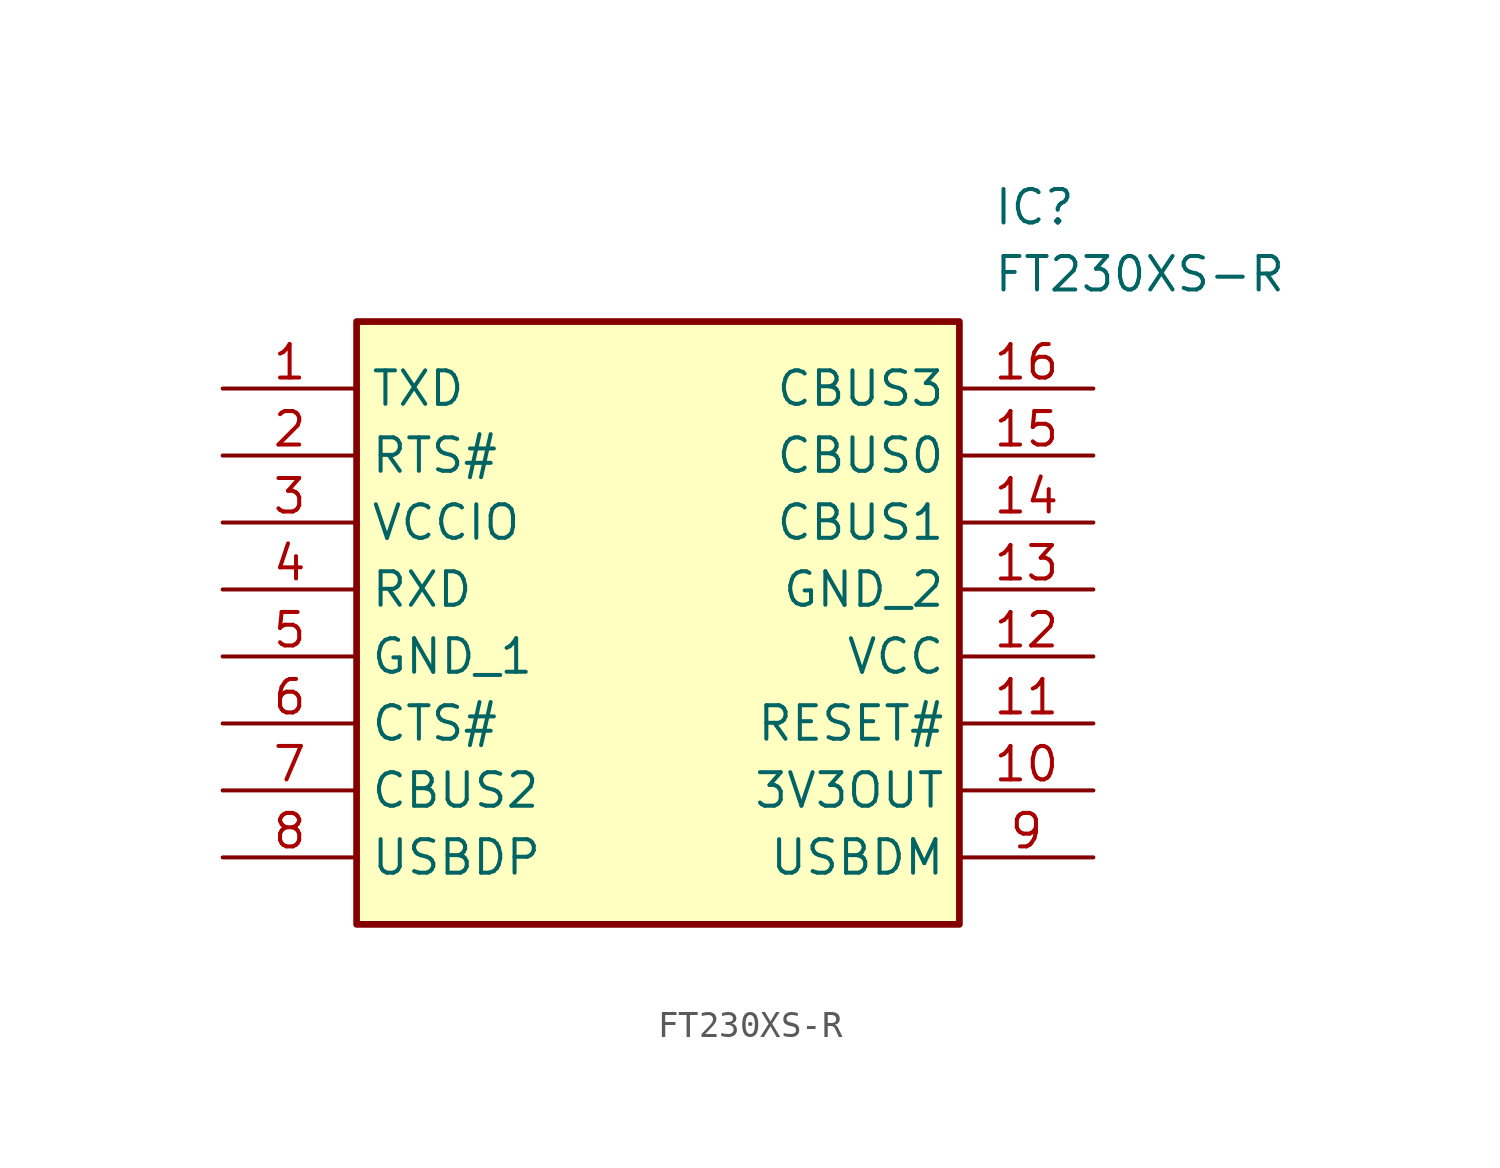
<source format=kicad_sym>
(kicad_symbol_lib
  (version 20211014)
  (generator SamacSys_ECAD_Model)
  (symbol "FT230XS-R"
    (property "Reference" "IC"
      (at 29.21 7.62 0)
      (effects (font (size 1.27 1.27)) (justify left top)))
    (property "Value" "FT230XS-R"
      (at 29.21 5.08 0)
      (effects (font (size 1.27 1.27)) (justify left top)))
    (rectangle
      (start 5.08 2.54)
      (end 27.94 -20.32)
      (stroke (width 0.254) (type default))
      (fill (type background)))
    (pin passive line
      (at 0 0 0)
      (length 5.08)
      (name "TXD" (effects (font (size 1.27 1.27))))
      (number "1" (effects (font (size 1.27 1.27)))))
    (pin passive line
      (at 0 -2.54 0)
      (length 5.08)
      (name "RTS#" (effects (font (size 1.27 1.27))))
      (number "2" (effects (font (size 1.27 1.27)))))
    (pin passive line
      (at 0 -5.08 0)
      (length 5.08)
      (name "VCCIO" (effects (font (size 1.27 1.27))))
      (number "3" (effects (font (size 1.27 1.27)))))
    (pin passive line
      (at 0 -7.62 0)
      (length 5.08)
      (name "RXD" (effects (font (size 1.27 1.27))))
      (number "4" (effects (font (size 1.27 1.27)))))
    (pin passive line
      (at 0 -10.16 0)
      (length 5.08)
      (name "GND_1" (effects (font (size 1.27 1.27))))
      (number "5" (effects (font (size 1.27 1.27)))))
    (pin passive line
      (at 0 -12.7 0)
      (length 5.08)
      (name "CTS#" (effects (font (size 1.27 1.27))))
      (number "6" (effects (font (size 1.27 1.27)))))
    (pin passive line
      (at 0 -15.24 0)
      (length 5.08)
      (name "CBUS2" (effects (font (size 1.27 1.27))))
      (number "7" (effects (font (size 1.27 1.27)))))
    (pin passive line
      (at 0 -17.78 0)
      (length 5.08)
      (name "USBDP" (effects (font (size 1.27 1.27))))
      (number "8" (effects (font (size 1.27 1.27)))))
    (pin passive line
      (at 33.02 0 180)
      (length 5.08)
      (name "CBUS3" (effects (font (size 1.27 1.27))))
      (number "16" (effects (font (size 1.27 1.27)))))
    (pin passive line
      (at 33.02 -2.54 180)
      (length 5.08)
      (name "CBUS0" (effects (font (size 1.27 1.27))))
      (number "15" (effects (font (size 1.27 1.27)))))
    (pin passive line
      (at 33.02 -5.08 180)
      (length 5.08)
      (name "CBUS1" (effects (font (size 1.27 1.27))))
      (number "14" (effects (font (size 1.27 1.27)))))
    (pin passive line
      (at 33.02 -7.62 180)
      (length 5.08)
      (name "GND_2" (effects (font (size 1.27 1.27))))
      (number "13" (effects (font (size 1.27 1.27)))))
    (pin passive line
      (at 33.02 -10.16 180)
      (length 5.08)
      (name "VCC" (effects (font (size 1.27 1.27))))
      (number "12" (effects (font (size 1.27 1.27)))))
    (pin passive line
      (at 33.02 -12.7 180)
      (length 5.08)
      (name "RESET#" (effects (font (size 1.27 1.27))))
      (number "11" (effects (font (size 1.27 1.27)))))
    (pin passive line
      (at 33.02 -15.24 180)
      (length 5.08)
      (name "3V3OUT" (effects (font (size 1.27 1.27))))
      (number "10" (effects (font (size 1.27 1.27)))))
    (pin passive line
      (at 33.02 -17.78 180)
      (length 5.08)
      (name "USBDM" (effects (font (size 1.27 1.27))))
      (number "9" (effects (font (size 1.27 1.27)))))))
</source>
